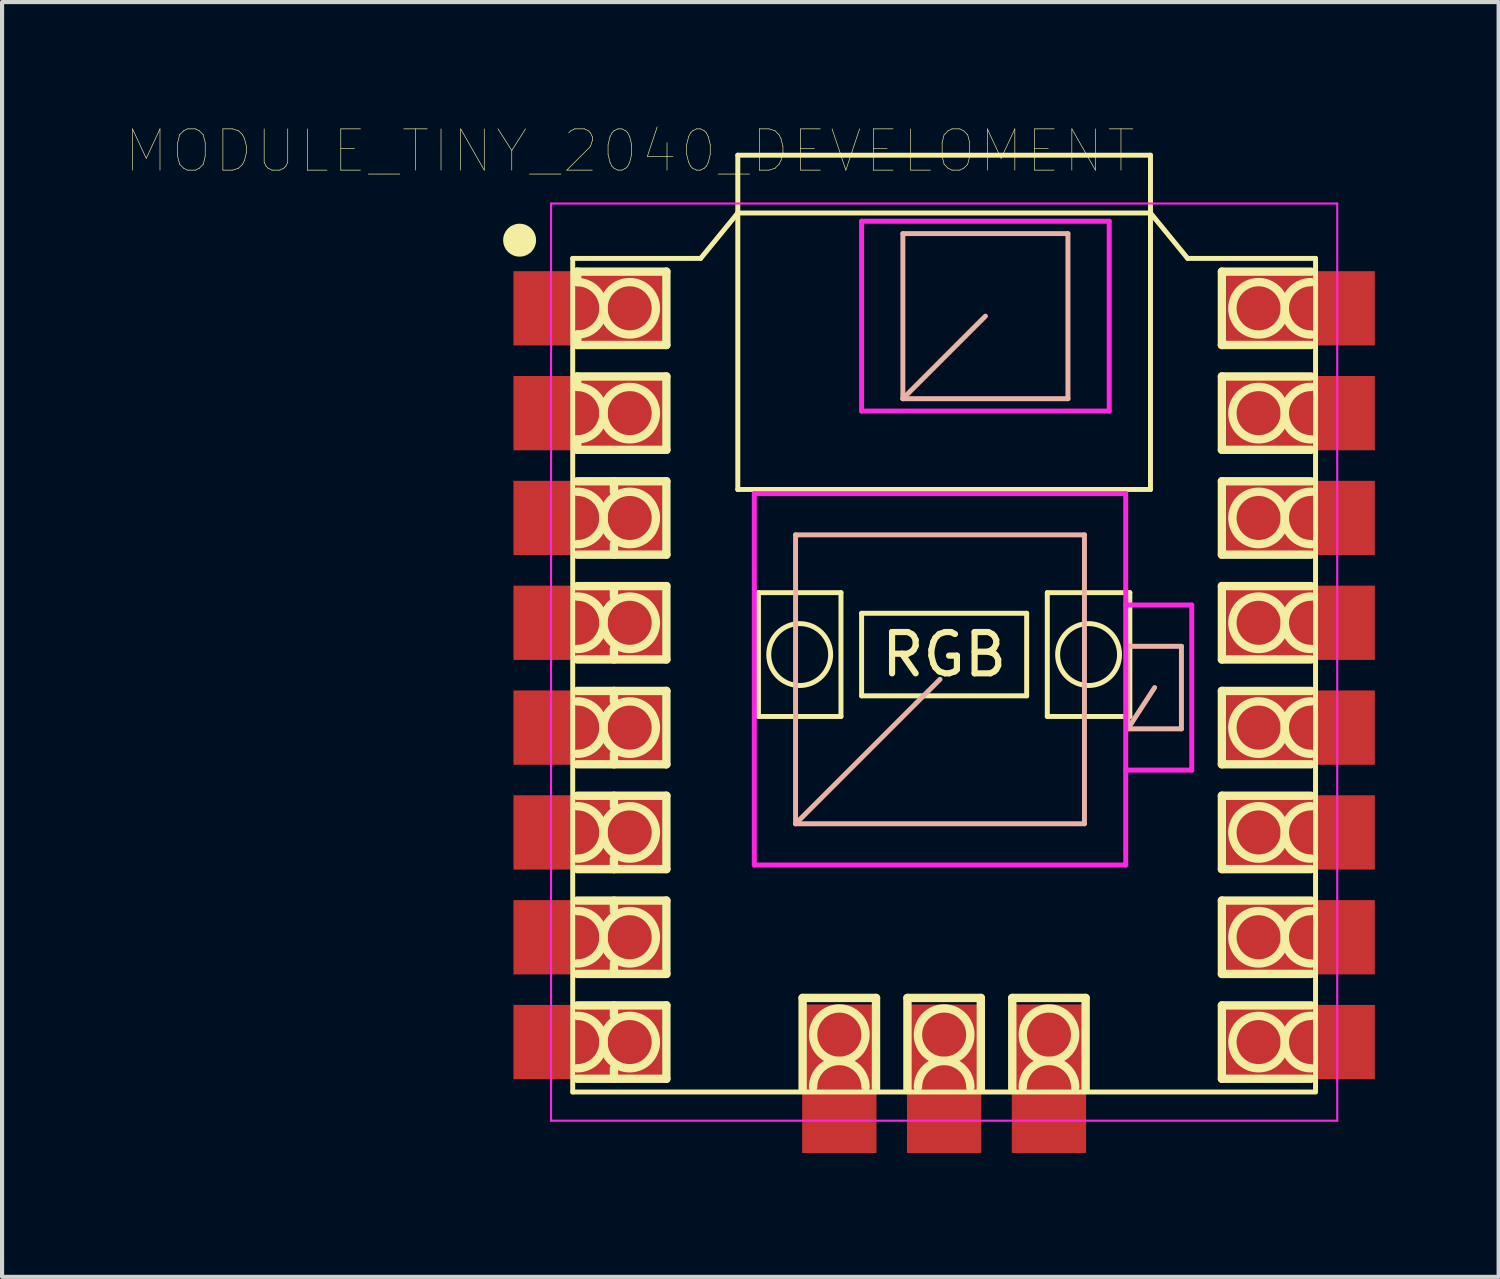
<source format=kicad_pcb>
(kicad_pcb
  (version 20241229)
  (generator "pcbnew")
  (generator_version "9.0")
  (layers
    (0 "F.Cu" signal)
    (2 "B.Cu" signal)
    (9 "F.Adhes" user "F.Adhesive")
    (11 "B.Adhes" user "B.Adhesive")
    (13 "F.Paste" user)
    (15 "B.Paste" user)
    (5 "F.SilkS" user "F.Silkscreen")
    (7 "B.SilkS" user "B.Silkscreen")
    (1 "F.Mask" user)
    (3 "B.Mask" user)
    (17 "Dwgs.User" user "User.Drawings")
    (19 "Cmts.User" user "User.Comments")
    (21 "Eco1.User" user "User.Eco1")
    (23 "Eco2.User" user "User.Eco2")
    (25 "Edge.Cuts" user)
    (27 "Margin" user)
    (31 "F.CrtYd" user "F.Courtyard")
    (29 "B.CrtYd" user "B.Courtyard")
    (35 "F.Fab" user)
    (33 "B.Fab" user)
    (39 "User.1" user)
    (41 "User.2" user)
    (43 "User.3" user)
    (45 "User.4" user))
  (footprint "MODULE_TINY_2040_DEVELOMENT"
    (layer "F.Cu")
    (at 19.828 13.311)
    (property "Reference" "MODULE_TINY_2040_DEVELOMENT" (at -7.62 -12.7 0) (layer "F.SilkS") (effects (font (size 1 1) (thickness 0.015))))
    (attr through_hole)
    (fp_line (start -9 -10.1) (end -5.9 -10.1) (stroke (width 0.12) (type solid)) (layer "F.SilkS"))
    (fp_line (start -9 10.1) (end -9 -10.1) (stroke (width 0.12) (type solid)) (layer "F.SilkS"))
    (fp_line (start -8.89 -9.779) (end -8.89 -9.525) (stroke (width 0.203) (type solid)) (layer "F.SilkS"))
    (fp_line (start -8.89 -9.779) (end -6.731 -9.779) (stroke (width 0.203) (type solid)) (layer "F.SilkS"))
    (fp_line (start -8.89 -8.255) (end -8.89 -8.001) (stroke (width 0.203) (type solid)) (layer "F.SilkS"))
    (fp_line (start -8.89 -8.001) (end -6.731 -8.001) (stroke (width 0.203) (type solid)) (layer "F.SilkS"))
    (fp_line (start -8.89 -7.239) (end -8.89 -6.985) (stroke (width 0.203) (type solid)) (layer "F.SilkS"))
    (fp_line (start -8.89 -7.239) (end -6.731 -7.239) (stroke (width 0.203) (type solid)) (layer "F.SilkS"))
    (fp_line (start -8.89 -5.715) (end -8.89 -5.461) (stroke (width 0.203) (type solid)) (layer "F.SilkS"))
    (fp_line (start -8.89 -5.461) (end -6.731 -5.461) (stroke (width 0.203) (type solid)) (layer "F.SilkS"))
    (fp_line (start -8.89 -4.699) (end -6.731 -4.699) (stroke (width 0.203) (type solid)) (layer "F.SilkS"))
    (fp_line (start -8.89 -2.921) (end -6.731 -2.921) (stroke (width 0.203) (type solid)) (layer "F.SilkS"))
    (fp_line (start -8.89 -2.159) (end -6.731 -2.159) (stroke (width 0.203) (type solid)) (layer "F.SilkS"))
    (fp_line (start -8.89 -0.381) (end -6.731 -0.381) (stroke (width 0.203) (type solid)) (layer "F.SilkS"))
    (fp_line (start -8.89 0.381) (end -6.731 0.381) (stroke (width 0.203) (type solid)) (layer "F.SilkS"))
    (fp_line (start -8.89 2.159) (end -6.731 2.159) (stroke (width 0.203) (type solid)) (layer "F.SilkS"))
    (fp_line (start -8.89 2.921) (end -6.731 2.921) (stroke (width 0.203) (type solid)) (layer "F.SilkS"))
    (fp_line (start -8.89 4.699) (end -6.731 4.699) (stroke (width 0.203) (type solid)) (layer "F.SilkS"))
    (fp_line (start -8.89 5.461) (end -6.731 5.461) (stroke (width 0.203) (type solid)) (layer "F.SilkS"))
    (fp_line (start -8.89 7.239) (end -6.731 7.239) (stroke (width 0.203) (type solid)) (layer "F.SilkS"))
    (fp_line (start -8.89 8.001) (end -6.731 8.001) (stroke (width 0.203) (type solid)) (layer "F.SilkS"))
    (fp_line (start -8.89 9.779) (end -6.731 9.779) (stroke (width 0.203) (type solid)) (layer "F.SilkS"))
    (fp_line (start -8.001 -4.699) (end -8.001 -4.445) (stroke (width 0.203) (type solid)) (layer "F.SilkS"))
    (fp_line (start -8.001 -3.175) (end -8.001 -2.921) (stroke (width 0.203) (type solid)) (layer "F.SilkS"))
    (fp_line (start -8.001 -2.159) (end -8.001 -1.905) (stroke (width 0.203) (type solid)) (layer "F.SilkS"))
    (fp_line (start -8.001 -0.635) (end -8.001 -0.381) (stroke (width 0.203) (type solid)) (layer "F.SilkS"))
    (fp_line (start -8.001 0.381) (end -8.001 0.635) (stroke (width 0.203) (type solid)) (layer "F.SilkS"))
    (fp_line (start -8.001 1.905) (end -8.001 2.159) (stroke (width 0.203) (type solid)) (layer "F.SilkS"))
    (fp_line (start -8.001 2.921) (end -8.001 3.175) (stroke (width 0.203) (type solid)) (layer "F.SilkS"))
    (fp_line (start -8.001 4.445) (end -8.001 4.699) (stroke (width 0.203) (type solid)) (layer "F.SilkS"))
    (fp_line (start -8.001 5.461) (end -8.001 5.715) (stroke (width 0.203) (type solid)) (layer "F.SilkS"))
    (fp_line (start -8.001 6.985) (end -8.001 7.239) (stroke (width 0.203) (type solid)) (layer "F.SilkS"))
    (fp_line (start -8.001 8.001) (end -8.001 8.255) (stroke (width 0.203) (type solid)) (layer "F.SilkS"))
    (fp_line (start -8.001 9.525) (end -8.001 9.779) (stroke (width 0.203) (type solid)) (layer "F.SilkS"))
    (fp_line (start -6.731 -9.779) (end -6.731 -8.001) (stroke (width 0.203) (type solid)) (layer "F.SilkS"))
    (fp_line (start -6.731 -7.239) (end -6.731 -5.461) (stroke (width 0.203) (type solid)) (layer "F.SilkS"))
    (fp_line (start -6.731 -4.699) (end -6.731 -2.921) (stroke (width 0.203) (type solid)) (layer "F.SilkS"))
    (fp_line (start -6.731 -2.159) (end -6.731 -0.381) (stroke (width 0.203) (type solid)) (layer "F.SilkS"))
    (fp_line (start -6.731 0.381) (end -6.731 2.159) (stroke (width 0.203) (type solid)) (layer "F.SilkS"))
    (fp_line (start -6.731 2.921) (end -6.731 4.699) (stroke (width 0.203) (type solid)) (layer "F.SilkS"))
    (fp_line (start -6.731 5.461) (end -6.731 7.239) (stroke (width 0.203) (type solid)) (layer "F.SilkS"))
    (fp_line (start -6.731 8.001) (end -6.731 9.779) (stroke (width 0.203) (type solid)) (layer "F.SilkS"))
    (fp_line (start -5.9 -10.1) (end -5 -11.2) (stroke (width 0.12) (type solid)) (layer "F.SilkS"))
    (fp_line (start -5 -12.6) (end 5 -12.6) (stroke (width 0.12) (type solid)) (layer "F.SilkS"))
    (fp_line (start -5 -11.2) (end 5 -11.2) (stroke (width 0.12) (type solid)) (layer "F.SilkS"))
    (fp_line (start -5 -4.5) (end -5 -12.6) (stroke (width 0.12) (type solid)) (layer "F.SilkS"))
    (fp_line (start -5 -4.5) (end 5 -4.5) (stroke (width 0.12) (type solid)) (layer "F.SilkS"))
    (fp_line (start -4.5 -2) (end -2.5 -2) (stroke (width 0.12) (type solid)) (layer "F.SilkS"))
    (fp_line (start -4.5 1) (end -4.5 -2) (stroke (width 0.12) (type solid)) (layer "F.SilkS"))
    (fp_line (start -3.429 7.821) (end -1.651 7.821) (stroke (width 0.203) (type solid)) (layer "F.SilkS"))
    (fp_line (start -3.429 10.033) (end -3.429 7.821) (stroke (width 0.203) (type solid)) (layer "F.SilkS"))
    (fp_line (start -2.5 -2) (end -2.5 1) (stroke (width 0.12) (type solid)) (layer "F.SilkS"))
    (fp_line (start -2.5 1) (end -4.5 1) (stroke (width 0.12) (type solid)) (layer "F.SilkS"))
    (fp_line (start -2 -1.5) (end 2 -1.5) (stroke (width 0.12) (type solid)) (layer "F.SilkS"))
    (fp_line (start -2 0.5) (end -2 -1.5) (stroke (width 0.12) (type solid)) (layer "F.SilkS"))
    (fp_line (start -1.651 10.033) (end -1.651 7.821) (stroke (width 0.203) (type solid)) (layer "F.SilkS"))
    (fp_line (start -0.889 7.821) (end 0.889 7.821) (stroke (width 0.203) (type solid)) (layer "F.SilkS"))
    (fp_line (start -0.889 10.033) (end -0.889 7.821) (stroke (width 0.203) (type solid)) (layer "F.SilkS"))
    (fp_line (start 0.889 10.033) (end 0.889 7.821) (stroke (width 0.203) (type solid)) (layer "F.SilkS"))
    (fp_line (start 1.651 7.821) (end 3.429 7.821) (stroke (width 0.203) (type solid)) (layer "F.SilkS"))
    (fp_line (start 1.651 10.033) (end 1.651 7.821) (stroke (width 0.203) (type solid)) (layer "F.SilkS"))
    (fp_line (start 2 -1.5) (end 2 0.5) (stroke (width 0.12) (type solid)) (layer "F.SilkS"))
    (fp_line (start 2 0.5) (end -2 0.5) (stroke (width 0.12) (type solid)) (layer "F.SilkS"))
    (fp_line (start 2.5 -2) (end 4.5 -2) (stroke (width 0.12) (type solid)) (layer "F.SilkS"))
    (fp_line (start 2.5 1) (end 2.5 -2) (stroke (width 0.12) (type solid)) (layer "F.SilkS"))
    (fp_line (start 3.429 10.033) (end 3.429 7.821) (stroke (width 0.203) (type solid)) (layer "F.SilkS"))
    (fp_line (start 4.5 -2) (end 4.5 1) (stroke (width 0.12) (type solid)) (layer "F.SilkS"))
    (fp_line (start 4.5 1) (end 2.5 1) (stroke (width 0.12) (type solid)) (layer "F.SilkS"))
    (fp_line (start 5 -4.5) (end 5 -12.6) (stroke (width 0.12) (type solid)) (layer "F.SilkS"))
    (fp_line (start 5.9 -10.1) (end 5 -11.2) (stroke (width 0.12) (type solid)) (layer "F.SilkS"))
    (fp_line (start 5.9 -10.1) (end 9 -10.1) (stroke (width 0.12) (type solid)) (layer "F.SilkS"))
    (fp_line (start 6.731 -8.001) (end 6.731 -9.779) (stroke (width 0.203) (type solid)) (layer "F.SilkS"))
    (fp_line (start 6.731 -5.461) (end 6.731 -7.239) (stroke (width 0.203) (type solid)) (layer "F.SilkS"))
    (fp_line (start 6.731 -2.921) (end 6.731 -4.699) (stroke (width 0.203) (type solid)) (layer "F.SilkS"))
    (fp_line (start 6.731 -0.381) (end 6.731 -2.159) (stroke (width 0.203) (type solid)) (layer "F.SilkS"))
    (fp_line (start 6.731 2.159) (end 6.731 0.381) (stroke (width 0.203) (type solid)) (layer "F.SilkS"))
    (fp_line (start 6.731 4.699) (end 6.731 2.921) (stroke (width 0.203) (type solid)) (layer "F.SilkS"))
    (fp_line (start 6.731 7.239) (end 6.731 5.461) (stroke (width 0.203) (type solid)) (layer "F.SilkS"))
    (fp_line (start 6.731 9.779) (end 6.731 8.001) (stroke (width 0.203) (type solid)) (layer "F.SilkS"))
    (fp_line (start 8.89 -9.779) (end 6.731 -9.779) (stroke (width 0.203) (type solid)) (layer "F.SilkS"))
    (fp_line (start 8.89 -8.001) (end 6.731 -8.001) (stroke (width 0.203) (type solid)) (layer "F.SilkS"))
    (fp_line (start 8.89 -7.239) (end 6.731 -7.239) (stroke (width 0.203) (type solid)) (layer "F.SilkS"))
    (fp_line (start 8.89 -5.461) (end 6.731 -5.461) (stroke (width 0.203) (type solid)) (layer "F.SilkS"))
    (fp_line (start 8.89 -4.699) (end 6.731 -4.699) (stroke (width 0.203) (type solid)) (layer "F.SilkS"))
    (fp_line (start 8.89 -2.921) (end 6.731 -2.921) (stroke (width 0.203) (type solid)) (layer "F.SilkS"))
    (fp_line (start 8.89 -2.159) (end 6.731 -2.159) (stroke (width 0.203) (type solid)) (layer "F.SilkS"))
    (fp_line (start 8.89 -0.381) (end 6.731 -0.381) (stroke (width 0.203) (type solid)) (layer "F.SilkS"))
    (fp_line (start 8.89 0.381) (end 6.731 0.381) (stroke (width 0.203) (type solid)) (layer "F.SilkS"))
    (fp_line (start 8.89 2.159) (end 6.731 2.159) (stroke (width 0.203) (type solid)) (layer "F.SilkS"))
    (fp_line (start 8.89 2.921) (end 6.731 2.921) (stroke (width 0.203) (type solid)) (layer "F.SilkS"))
    (fp_line (start 8.89 4.699) (end 6.731 4.699) (stroke (width 0.203) (type solid)) (layer "F.SilkS"))
    (fp_line (start 8.89 5.461) (end 6.731 5.461) (stroke (width 0.203) (type solid)) (layer "F.SilkS"))
    (fp_line (start 8.89 7.239) (end 6.731 7.239) (stroke (width 0.203) (type solid)) (layer "F.SilkS"))
    (fp_line (start 8.89 8.001) (end 6.731 8.001) (stroke (width 0.203) (type solid)) (layer "F.SilkS"))
    (fp_line (start 8.89 9.779) (end 6.731 9.779) (stroke (width 0.203) (type solid)) (layer "F.SilkS"))
    (fp_line (start 9 -10.1) (end 9 10.09) (stroke (width 0.12) (type solid)) (layer "F.SilkS"))
    (fp_line (start 9 10.1) (end -9 10.1) (stroke (width 0.12) (type solid)) (layer "F.SilkS"))
    (fp_arc (start -8.89 -9.525) (mid -8.255 -8.89) (end -8.89 -8.255) (stroke (width 0.2032) (type solid)) (layer "F.SilkS"))
    (fp_arc (start -8.89 -6.985) (mid -8.255 -6.35) (end -8.89 -5.715) (stroke (width 0.2032) (type solid)) (layer "F.SilkS"))
    (fp_arc (start -8.89 -4.445) (mid -8.255 -3.81) (end -8.89 -3.175) (stroke (width 0.2032) (type solid)) (layer "F.SilkS"))
    (fp_arc (start -8.89 -1.905) (mid -8.255 -1.27) (end -8.89 -0.635) (stroke (width 0.2032) (type solid)) (layer "F.SilkS"))
    (fp_arc (start -8.89 0.635) (mid -8.255 1.27) (end -8.89 1.905) (stroke (width 0.2032) (type solid)) (layer "F.SilkS"))
    (fp_arc (start -8.89 3.175) (mid -8.255 3.81) (end -8.89 4.445) (stroke (width 0.2032) (type solid)) (layer "F.SilkS"))
    (fp_arc (start -8.89 5.715) (mid -8.255 6.35) (end -8.89 6.985) (stroke (width 0.2032) (type solid)) (layer "F.SilkS"))
    (fp_arc (start -8.89 8.255) (mid -8.255 8.89) (end -8.89 9.525) (stroke (width 0.2032) (type solid)) (layer "F.SilkS"))
    (fp_arc (start -3.175 9.984) (mid -2.54 9.349) (end -1.905 9.984) (stroke (width 0.2032) (type solid)) (layer "F.SilkS"))
    (fp_arc (start -0.635 9.984) (mid 0 9.349) (end 0.635 9.984) (stroke (width 0.2032) (type solid)) (layer "F.SilkS"))
    (fp_arc (start 1.905 9.984) (mid 2.54 9.349) (end 3.175 9.984) (stroke (width 0.2032) (type solid)) (layer "F.SilkS"))
    (fp_arc (start 8.89 -8.255) (mid 8.255 -8.89) (end 8.89 -9.525) (stroke (width 0.2032) (type solid)) (layer "F.SilkS"))
    (fp_arc (start 8.89 -5.715) (mid 8.255 -6.35) (end 8.89 -6.985) (stroke (width 0.2032) (type solid)) (layer "F.SilkS"))
    (fp_arc (start 8.89 -3.175) (mid 8.255 -3.81) (end 8.89 -4.445) (stroke (width 0.2032) (type solid)) (layer "F.SilkS"))
    (fp_arc (start 8.89 -0.635) (mid 8.255 -1.27) (end 8.89 -1.905) (stroke (width 0.2032) (type solid)) (layer "F.SilkS"))
    (fp_arc (start 8.89 1.905) (mid 8.255 1.27) (end 8.89 0.635) (stroke (width 0.2032) (type solid)) (layer "F.SilkS"))
    (fp_arc (start 8.89 4.445) (mid 8.255 3.81) (end 8.89 3.175) (stroke (width 0.2032) (type solid)) (layer "F.SilkS"))
    (fp_arc (start 8.89 6.985) (mid 8.255 6.35) (end 8.89 5.715) (stroke (width 0.2032) (type solid)) (layer "F.SilkS"))
    (fp_arc (start 8.89 9.525) (mid 8.255 8.89) (end 8.89 8.255) (stroke (width 0.2032) (type solid)) (layer "F.SilkS"))
    (fp_circle (center -10.287 -10.541) (end -10.287 -10.341) (stroke (width 0.4) (type solid)) (fill no) (layer "F.SilkS"))
    (fp_circle (center -7.62 -8.89) (end -6.985 -8.89) (stroke (width 0.203) (type solid)) (fill no) (layer "F.SilkS"))
    (fp_circle (center -7.62 -6.35) (end -6.985 -6.35) (stroke (width 0.203) (type solid)) (fill no) (layer "F.SilkS"))
    (fp_circle (center -7.62 -3.81) (end -6.985 -3.81) (stroke (width 0.203) (type solid)) (fill no) (layer "F.SilkS"))
    (fp_circle (center -7.62 -1.27) (end -6.985 -1.27) (stroke (width 0.203) (type solid)) (fill no) (layer "F.SilkS"))
    (fp_circle (center -7.62 1.27) (end -6.985 1.27) (stroke (width 0.203) (type solid)) (fill no) (layer "F.SilkS"))
    (fp_circle (center -7.62 3.81) (end -6.985 3.81) (stroke (width 0.203) (type solid)) (fill no) (layer "F.SilkS"))
    (fp_circle (center -7.62 6.35) (end -6.985 6.35) (stroke (width 0.203) (type solid)) (fill no) (layer "F.SilkS"))
    (fp_circle (center -7.62 8.89) (end -6.985 8.89) (stroke (width 0.203) (type solid)) (fill no) (layer "F.SilkS"))
    (fp_circle (center -3.5 -0.5) (end -2.75 -0.5) (stroke (width 0.12) (type solid)) (fill no) (layer "F.SilkS"))
    (fp_circle (center -2.54 8.71) (end -2.54 8.075) (stroke (width 0.203) (type solid)) (fill no) (layer "F.SilkS"))
    (fp_circle (center 0 8.71) (end 0 8.075) (stroke (width 0.203) (type solid)) (fill no) (layer "F.SilkS"))
    (fp_circle (center 2.54 8.71) (end 2.54 8.075) (stroke (width 0.203) (type solid)) (fill no) (layer "F.SilkS"))
    (fp_circle (center 3.5 -0.5) (end 4.25 -0.5) (stroke (width 0.12) (type solid)) (fill no) (layer "F.SilkS"))
    (fp_circle (center 7.62 -8.89) (end 6.985 -8.89) (stroke (width 0.203) (type solid)) (fill no) (layer "F.SilkS"))
    (fp_circle (center 7.62 -6.35) (end 6.985 -6.35) (stroke (width 0.203) (type solid)) (fill no) (layer "F.SilkS"))
    (fp_circle (center 7.62 -3.81) (end 6.985 -3.81) (stroke (width 0.203) (type solid)) (fill no) (layer "F.SilkS"))
    (fp_circle (center 7.62 -1.27) (end 6.985 -1.27) (stroke (width 0.203) (type solid)) (fill no) (layer "F.SilkS"))
    (fp_circle (center 7.62 1.27) (end 6.985 1.27) (stroke (width 0.203) (type solid)) (fill no) (layer "F.SilkS"))
    (fp_circle (center 7.62 3.81) (end 6.985 3.81) (stroke (width 0.203) (type solid)) (fill no) (layer "F.SilkS"))
    (fp_circle (center 7.62 6.35) (end 6.985 6.35) (stroke (width 0.203) (type solid)) (fill no) (layer "F.SilkS"))
    (fp_circle (center 7.62 8.89) (end 6.985 8.89) (stroke (width 0.203) (type solid)) (fill no) (layer "F.SilkS"))
    (fp_line (start -3.6 -3.4) (end -3.6 3.6) (stroke (width 0.12) (type solid)) (layer "B.SilkS"))
    (fp_line (start -3.6 3.6) (end -0.1 0.1) (stroke (width 0.12) (type solid)) (layer "B.SilkS"))
    (fp_line (start -3.6 3.6) (end 3.4 3.6) (stroke (width 0.12) (type solid)) (layer "B.SilkS"))
    (fp_line (start -1 -10.7) (end -1 -6.7) (stroke (width 0.12) (type solid)) (layer "B.SilkS"))
    (fp_line (start -1 -6.7) (end 1 -8.7) (stroke (width 0.12) (type solid)) (layer "B.SilkS"))
    (fp_line (start -1 -6.7) (end 3 -6.7) (stroke (width 0.12) (type solid)) (layer "B.SilkS"))
    (fp_line (start 3 -10.7) (end -1 -10.7) (stroke (width 0.12) (type solid)) (layer "B.SilkS"))
    (fp_line (start 3 -6.7) (end 3 -10.7) (stroke (width 0.12) (type solid)) (layer "B.SilkS"))
    (fp_line (start 3.4 -3.4) (end -3.6 -3.4) (stroke (width 0.12) (type solid)) (layer "B.SilkS"))
    (fp_line (start 3.4 3.6) (end 3.4 -3.4) (stroke (width 0.12) (type solid)) (layer "B.SilkS"))
    (fp_line (start 4.45 -0.7) (end 4.45 1.3) (stroke (width 0.12) (type solid)) (layer "B.SilkS"))
    (fp_line (start 4.45 1.3) (end 5.1 0.3) (stroke (width 0.12) (type solid)) (layer "B.SilkS"))
    (fp_line (start 4.45 1.3) (end 5.75 1.3) (stroke (width 0.12) (type solid)) (layer "B.SilkS"))
    (fp_line (start 5.75 -0.7) (end 4.45 -0.7) (stroke (width 0.12) (type solid)) (layer "B.SilkS"))
    (fp_line (start 5.75 1.3) (end 5.75 -0.7) (stroke (width 0.12) (type solid)) (layer "B.SilkS"))
    (fp_line (start -9.525 -11.43) (end -9.525 10.795) (stroke (width 0.05) (type solid)) (layer "F.CrtYd"))
    (fp_line (start -9.525 10.795) (end 9.525 10.795) (stroke (width 0.05) (type solid)) (layer "F.CrtYd"))
    (fp_line (start -4.6 -4.4) (end 4.4 -4.4) (stroke (width 0.12) (type solid)) (layer "F.CrtYd"))
    (fp_line (start -4.6 4.6) (end -4.6 -4.4) (stroke (width 0.12) (type solid)) (layer "F.CrtYd"))
    (fp_line (start -4.6 4.6) (end 4.4 4.6) (stroke (width 0.12) (type solid)) (layer "F.CrtYd"))
    (fp_line (start -2 -11) (end 4 -11) (stroke (width 0.12) (type solid)) (layer "F.CrtYd"))
    (fp_line (start -2 -6.4) (end -2 -11) (stroke (width 0.12) (type solid)) (layer "F.CrtYd"))
    (fp_line (start 4 -11) (end 4 -6.4) (stroke (width 0.12) (type solid)) (layer "F.CrtYd"))
    (fp_line (start 4 -6.4) (end -2 -6.4) (stroke (width 0.12) (type solid)) (layer "F.CrtYd"))
    (fp_line (start 4.4 -4.4) (end 4.4 4.6) (stroke (width 0.12) (type solid)) (layer "F.CrtYd"))
    (fp_line (start 4.4 -1.7) (end 6 -1.7) (stroke (width 0.12) (type solid)) (layer "F.CrtYd"))
    (fp_line (start 4.4 2.3) (end 6 2.3) (stroke (width 0.12) (type solid)) (layer "F.CrtYd"))
    (fp_line (start 6 -1.7) (end 6 2.3) (stroke (width 0.12) (type solid)) (layer "F.CrtYd"))
    (fp_line (start 9.525 -11.43) (end -9.525 -11.43) (stroke (width 0.05) (type solid)) (layer "F.CrtYd"))
    (fp_line (start 9.525 10.795) (end 9.525 -11.43) (stroke (width 0.05) (type solid)) (layer "F.CrtYd"))
    (fp_text user "RGB" (at 0 -0.5 0) (layer "F.SilkS") (effects (font (size 1 1) (thickness 0.15))))
    (pad "1" smd rect (at -8.636 -8.89 270) (size 1.8 3.6) (layers "F.Cu" "F.Mask" "F.Paste"))
    (pad "2" smd rect (at -8.636 -6.35 270) (size 1.8 3.6) (layers "F.Cu" "F.Mask" "F.Paste"))
    (pad "3" smd rect (at -8.636 -3.81 270) (size 1.8 3.6) (layers "F.Cu" "F.Mask" "F.Paste"))
    (pad "4" smd rect (at -8.636 -1.27 270) (size 1.8 3.6) (layers "F.Cu" "F.Mask" "F.Paste"))
    (pad "5" smd rect (at -8.636 1.27 270) (size 1.8 3.6) (layers "F.Cu" "F.Mask" "F.Paste"))
    (pad "6" smd rect (at -8.636 3.81 270) (size 1.8 3.6) (layers "F.Cu" "F.Mask" "F.Paste"))
    (pad "7" smd rect (at -8.636 6.35 270) (size 1.8 3.6) (layers "F.Cu" "F.Mask" "F.Paste"))
    (pad "8" smd rect (at -8.636 8.89 270) (size 1.8 3.6) (layers "F.Cu" "F.Mask" "F.Paste"))
    (pad "9" smd rect (at 8.636 8.89 270) (size 1.8 3.6) (layers "F.Cu" "F.Mask" "F.Paste"))
    (pad "10" smd rect (at 8.636 6.35 270) (size 1.8 3.6) (layers "F.Cu" "F.Mask" "F.Paste"))
    (pad "11" smd rect (at 8.636 3.81 270) (size 1.8 3.6) (layers "F.Cu" "F.Mask" "F.Paste"))
    (pad "12" smd rect (at 8.636 1.27 270) (size 1.8 3.6) (layers "F.Cu" "F.Mask" "F.Paste"))
    (pad "13" smd rect (at 8.636 -1.27 270) (size 1.8 3.6) (layers "F.Cu" "F.Mask" "F.Paste"))
    (pad "14" smd rect (at 8.636 -3.81 270) (size 1.8 3.6) (layers "F.Cu" "F.Mask" "F.Paste"))
    (pad "15" smd rect (at 8.636 -6.35 270) (size 1.8 3.6) (layers "F.Cu" "F.Mask" "F.Paste"))
    (pad "16" smd rect (at 8.636 -8.89 270) (size 1.8 3.6) (layers "F.Cu" "F.Mask" "F.Paste"))
    (pad "17" smd rect (at -2.54 9.779) (size 1.8 3.6) (layers "F.Cu" "F.Mask" "F.Paste"))
    (pad "18" smd rect (at 0 9.779) (size 1.8 3.6) (layers "F.Cu" "F.Mask" "F.Paste"))
    (pad "19" smd rect (at 2.54 9.779) (size 1.8 3.6) (layers "F.Cu" "F.Mask" "F.Paste")))
  (gr_rect
    (start -3 -3)
    (end 33.264 27.89)
    (stroke (width 0.1) (type default))
    (fill no)
    (layer "Edge.Cuts")))
</source>
